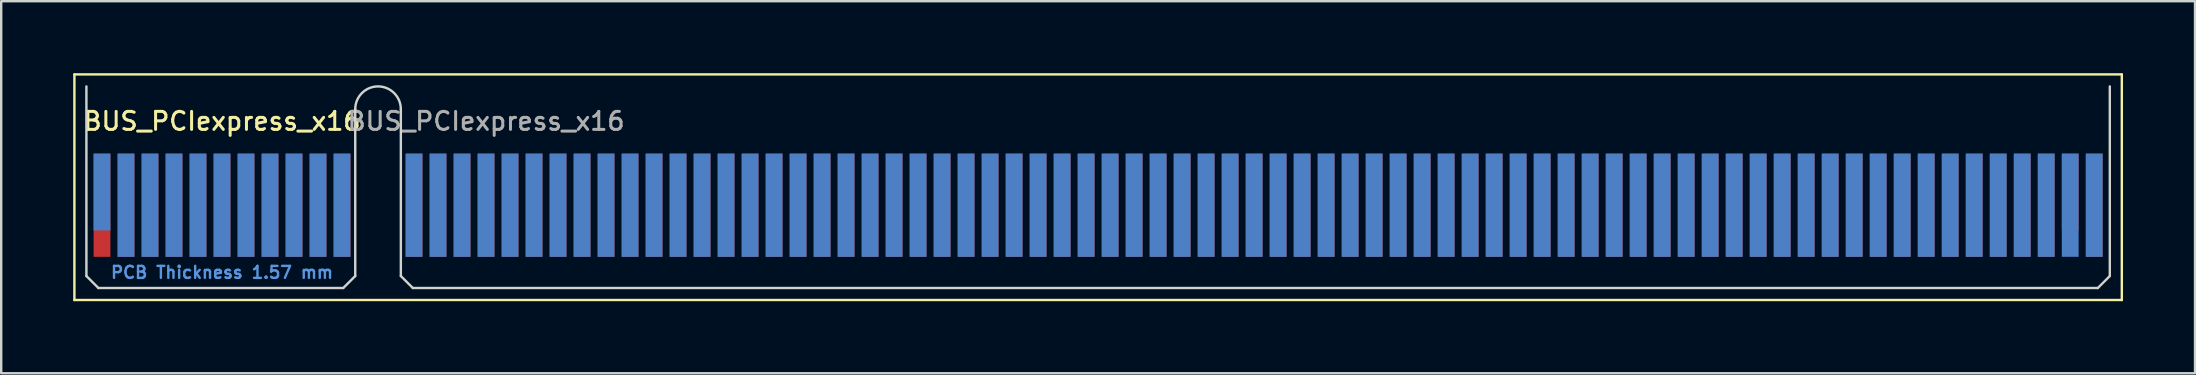
<source format=kicad_pcb>
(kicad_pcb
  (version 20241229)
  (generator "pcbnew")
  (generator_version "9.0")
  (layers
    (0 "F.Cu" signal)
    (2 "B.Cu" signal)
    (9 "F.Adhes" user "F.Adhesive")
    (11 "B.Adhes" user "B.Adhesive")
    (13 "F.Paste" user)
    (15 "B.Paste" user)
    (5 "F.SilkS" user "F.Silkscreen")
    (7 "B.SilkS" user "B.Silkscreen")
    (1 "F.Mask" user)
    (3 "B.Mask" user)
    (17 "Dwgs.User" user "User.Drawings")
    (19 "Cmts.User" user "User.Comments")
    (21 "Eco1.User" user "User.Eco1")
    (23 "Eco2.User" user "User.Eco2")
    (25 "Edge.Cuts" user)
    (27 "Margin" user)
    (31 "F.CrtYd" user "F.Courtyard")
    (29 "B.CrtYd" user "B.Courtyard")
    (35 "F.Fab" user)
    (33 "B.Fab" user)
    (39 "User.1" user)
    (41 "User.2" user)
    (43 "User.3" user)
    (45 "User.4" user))
  (footprint "BUS_PCIexpress_x16"
    (layer "F.Cu")
    (at 1.2 5.5)
    (property "Reference" "BUS_PCIexpress_x16" (at 5 -3.5 0) (layer "F.SilkS") (effects (font (size 0.75 0.75) (thickness 0.125))))
    (attr exclude_from_pos_files exclude_from_bom)
    (fp_line (start -1.15 -5.45) (end -1.15 3.95) (stroke (width 0.1) (type solid)) (layer "F.SilkS"))
    (fp_line (start -1.15 -5.45) (end 84.15 -5.45) (stroke (width 0.1) (type solid)) (layer "F.SilkS"))
    (fp_line (start 84.15 3.95) (end -1.15 3.95) (stroke (width 0.1) (type solid)) (layer "F.SilkS"))
    (fp_line (start 84.15 3.95) (end 84.15 -5.45) (stroke (width 0.1) (type solid)) (layer "F.SilkS"))
    (fp_line (start -0.65 -4.95) (end -0.65 2.95) (stroke (width 0.1) (type solid)) (layer "Edge.Cuts"))
    (fp_line (start -0.65 2.95) (end -0.15 3.45) (stroke (width 0.1) (type solid)) (layer "Edge.Cuts"))
    (fp_line (start -0.15 3.45) (end 10.05 3.45) (stroke (width 0.1) (type solid)) (layer "Edge.Cuts"))
    (fp_line (start 10.55 -4) (end 10.55 2.95) (stroke (width 0.1) (type solid)) (layer "Edge.Cuts"))
    (fp_line (start 10.55 2.95) (end 10.05 3.45) (stroke (width 0.1) (type solid)) (layer "Edge.Cuts"))
    (fp_line (start 12.45 -4) (end 12.45 2.95) (stroke (width 0.1) (type solid)) (layer "Edge.Cuts"))
    (fp_line (start 12.45 2.95) (end 12.95 3.45) (stroke (width 0.1) (type solid)) (layer "Edge.Cuts"))
    (fp_line (start 12.95 3.45) (end 83.15 3.45) (stroke (width 0.1) (type solid)) (layer "Edge.Cuts"))
    (fp_line (start 83.65 -4.95) (end 83.65 2.95) (stroke (width 0.1) (type solid)) (layer "Edge.Cuts"))
    (fp_line (start 83.65 2.95) (end 83.15 3.45) (stroke (width 0.1) (type solid)) (layer "Edge.Cuts"))
    (fp_arc (start 10.55 -4) (mid 11.5 -4.95) (end 12.45 -4) (stroke (width 0.1) (type solid)) (layer "Edge.Cuts"))
    (fp_text user "PCB Thickness 1.57 mm" (at 5 2.8 180) (layer "Cmts.User") (effects (font (size 0.5 0.5) (thickness 0.1))))
    (fp_text user "${REFERENCE}" (at 16 -3.5 0) (layer "F.Fab") (effects (font (size 0.75 0.75) (thickness 0.125))))
    (pad "A1" connect rect (at 0 -0.55) (size 0.7 3.2) (layers "B.Cu" "B.Mask"))
    (pad "A2" connect rect (at 1 0) (size 0.7 4.3) (layers "B.Cu" "B.Mask"))
    (pad "A3" connect rect (at 2 0) (size 0.7 4.3) (layers "B.Cu" "B.Mask"))
    (pad "A4" connect rect (at 3 0) (size 0.7 4.3) (layers "B.Cu" "B.Mask"))
    (pad "A5" connect rect (at 4 0) (size 0.7 4.3) (layers "B.Cu" "B.Mask"))
    (pad "A6" connect rect (at 5 0) (size 0.7 4.3) (layers "B.Cu" "B.Mask"))
    (pad "A7" connect rect (at 6 0) (size 0.7 4.3) (layers "B.Cu" "B.Mask"))
    (pad "A8" connect rect (at 7 0) (size 0.7 4.3) (layers "B.Cu" "B.Mask"))
    (pad "A9" connect rect (at 8 0) (size 0.7 4.3) (layers "B.Cu" "B.Mask"))
    (pad "A10" connect rect (at 9 0) (size 0.7 4.3) (layers "B.Cu" "B.Mask"))
    (pad "A11" connect rect (at 10 0) (size 0.7 4.3) (layers "B.Cu" "B.Mask"))
    (pad "A12" connect rect (at 13 0) (size 0.7 4.3) (layers "B.Cu" "B.Mask"))
    (pad "A13" connect rect (at 14 0) (size 0.7 4.3) (layers "B.Cu" "B.Mask"))
    (pad "A14" connect rect (at 15 0) (size 0.7 4.3) (layers "B.Cu" "B.Mask"))
    (pad "A15" connect rect (at 16 0) (size 0.7 4.3) (layers "B.Cu" "B.Mask"))
    (pad "A16" connect rect (at 17 0) (size 0.7 4.3) (layers "B.Cu" "B.Mask"))
    (pad "A17" connect rect (at 18 0) (size 0.7 4.3) (layers "B.Cu" "B.Mask"))
    (pad "A18" connect rect (at 19 0) (size 0.7 4.3) (layers "B.Cu" "B.Mask"))
    (pad "A19" connect rect (at 20 0) (size 0.7 4.3) (layers "B.Cu" "B.Mask"))
    (pad "A20" connect rect (at 21 0) (size 0.7 4.3) (layers "B.Cu" "B.Mask"))
    (pad "A21" connect rect (at 22 0) (size 0.7 4.3) (layers "B.Cu" "B.Mask"))
    (pad "A22" connect rect (at 23 0) (size 0.7 4.3) (layers "B.Cu" "B.Mask"))
    (pad "A23" connect rect (at 24 0) (size 0.7 4.3) (layers "B.Cu" "B.Mask"))
    (pad "A24" connect rect (at 25 0) (size 0.7 4.3) (layers "B.Cu" "B.Mask"))
    (pad "A25" connect rect (at 26 0) (size 0.7 4.3) (layers "B.Cu" "B.Mask"))
    (pad "A26" connect rect (at 27 0) (size 0.7 4.3) (layers "B.Cu" "B.Mask"))
    (pad "A27" connect rect (at 28 0) (size 0.7 4.3) (layers "B.Cu" "B.Mask"))
    (pad "A28" connect rect (at 29 0) (size 0.7 4.3) (layers "B.Cu" "B.Mask"))
    (pad "A29" connect rect (at 30 0) (size 0.7 4.3) (layers "B.Cu" "B.Mask"))
    (pad "A30" connect rect (at 31 0) (size 0.7 4.3) (layers "B.Cu" "B.Mask"))
    (pad "A31" connect rect (at 32 0) (size 0.7 4.3) (layers "B.Cu" "B.Mask"))
    (pad "A32" connect rect (at 33 0) (size 0.7 4.3) (layers "B.Cu" "B.Mask"))
    (pad "A33" connect rect (at 34 0) (size 0.7 4.3) (layers "B.Cu" "B.Mask"))
    (pad "A34" connect rect (at 35 0) (size 0.7 4.3) (layers "B.Cu" "B.Mask"))
    (pad "A35" connect rect (at 36 0) (size 0.7 4.3) (layers "B.Cu" "B.Mask"))
    (pad "A36" connect rect (at 37 0) (size 0.7 4.3) (layers "B.Cu" "B.Mask"))
    (pad "A37" connect rect (at 38 0) (size 0.7 4.3) (layers "B.Cu" "B.Mask"))
    (pad "A38" connect rect (at 39 0) (size 0.7 4.3) (layers "B.Cu" "B.Mask"))
    (pad "A39" connect rect (at 40 0) (size 0.7 4.3) (layers "B.Cu" "B.Mask"))
    (pad "A40" connect rect (at 41 0) (size 0.7 4.3) (layers "B.Cu" "B.Mask"))
    (pad "A41" connect rect (at 42 0) (size 0.7 4.3) (layers "B.Cu" "B.Mask"))
    (pad "A42" connect rect (at 43 0) (size 0.7 4.3) (layers "B.Cu" "B.Mask"))
    (pad "A43" connect rect (at 44 0) (size 0.7 4.3) (layers "B.Cu" "B.Mask"))
    (pad "A44" connect rect (at 45 0) (size 0.7 4.3) (layers "B.Cu" "B.Mask"))
    (pad "A45" connect rect (at 46 0) (size 0.7 4.3) (layers "B.Cu" "B.Mask"))
    (pad "A46" connect rect (at 47 0) (size 0.7 4.3) (layers "B.Cu" "B.Mask"))
    (pad "A47" connect rect (at 48 0) (size 0.7 4.3) (layers "B.Cu" "B.Mask"))
    (pad "A48" connect rect (at 49 0) (size 0.7 4.3) (layers "B.Cu" "B.Mask"))
    (pad "A49" connect rect (at 50 0) (size 0.7 4.3) (layers "B.Cu" "B.Mask"))
    (pad "A50" connect rect (at 51 0) (size 0.7 4.3) (layers "B.Cu" "B.Mask"))
    (pad "A51" connect rect (at 52 0) (size 0.7 4.3) (layers "B.Cu" "B.Mask"))
    (pad "A52" connect rect (at 53 0) (size 0.7 4.3) (layers "B.Cu" "B.Mask"))
    (pad "A53" connect rect (at 54 0) (size 0.7 4.3) (layers "B.Cu" "B.Mask"))
    (pad "A54" connect rect (at 55 0) (size 0.7 4.3) (layers "B.Cu" "B.Mask"))
    (pad "A55" connect rect (at 56 0) (size 0.7 4.3) (layers "B.Cu" "B.Mask"))
    (pad "A56" connect rect (at 57 0) (size 0.7 4.3) (layers "B.Cu" "B.Mask"))
    (pad "A57" connect rect (at 58 0) (size 0.7 4.3) (layers "B.Cu" "B.Mask"))
    (pad "A58" connect rect (at 59 0) (size 0.7 4.3) (layers "B.Cu" "B.Mask"))
    (pad "A59" connect rect (at 60 0) (size 0.7 4.3) (layers "B.Cu" "B.Mask"))
    (pad "A60" connect rect (at 61 0) (size 0.7 4.3) (layers "B.Cu" "B.Mask"))
    (pad "A61" connect rect (at 62 0) (size 0.7 4.3) (layers "B.Cu" "B.Mask"))
    (pad "A62" connect rect (at 63 0) (size 0.7 4.3) (layers "B.Cu" "B.Mask"))
    (pad "A63" connect rect (at 64 0) (size 0.7 4.3) (layers "B.Cu" "B.Mask"))
    (pad "A64" connect rect (at 65 0) (size 0.7 4.3) (layers "B.Cu" "B.Mask"))
    (pad "A65" connect rect (at 66 0) (size 0.7 4.3) (layers "B.Cu" "B.Mask"))
    (pad "A66" connect rect (at 67 0) (size 0.7 4.3) (layers "B.Cu" "B.Mask"))
    (pad "A67" connect rect (at 68 0) (size 0.7 4.3) (layers "B.Cu" "B.Mask"))
    (pad "A68" connect rect (at 69 0) (size 0.7 4.3) (layers "B.Cu" "B.Mask"))
    (pad "A69" connect rect (at 70 0) (size 0.7 4.3) (layers "B.Cu" "B.Mask"))
    (pad "A70" connect rect (at 71 0) (size 0.7 4.3) (layers "B.Cu" "B.Mask"))
    (pad "A71" connect rect (at 72 0) (size 0.7 4.3) (layers "B.Cu" "B.Mask"))
    (pad "A72" connect rect (at 73 0) (size 0.7 4.3) (layers "B.Cu" "B.Mask"))
    (pad "A73" connect rect (at 74 0) (size 0.7 4.3) (layers "B.Cu" "B.Mask"))
    (pad "A74" connect rect (at 75 0) (size 0.7 4.3) (layers "B.Cu" "B.Mask"))
    (pad "A75" connect rect (at 76 0) (size 0.7 4.3) (layers "B.Cu" "B.Mask"))
    (pad "A76" connect rect (at 77 0) (size 0.7 4.3) (layers "B.Cu" "B.Mask"))
    (pad "A77" connect rect (at 78 0) (size 0.7 4.3) (layers "B.Cu" "B.Mask"))
    (pad "A78" connect rect (at 79 0) (size 0.7 4.3) (layers "B.Cu" "B.Mask"))
    (pad "A79" connect rect (at 80 0) (size 0.7 4.3) (layers "B.Cu" "B.Mask"))
    (pad "A80" connect rect (at 81 0) (size 0.7 4.3) (layers "B.Cu" "B.Mask"))
    (pad "A81" connect rect (at 82 0) (size 0.7 4.3) (layers "B.Cu" "B.Mask"))
    (pad "A82" connect rect (at 83 0) (size 0.7 4.3) (layers "B.Cu" "B.Mask"))
    (pad "B1" connect rect (at 0 0) (size 0.7 4.3) (layers "F.Cu" "F.Mask"))
    (pad "B2" connect rect (at 1 0) (size 0.7 4.3) (layers "F.Cu" "F.Mask"))
    (pad "B3" connect rect (at 2 0) (size 0.7 4.3) (layers "F.Cu" "F.Mask"))
    (pad "B4" connect rect (at 3 0) (size 0.7 4.3) (layers "F.Cu" "F.Mask"))
    (pad "B5" connect rect (at 4 0) (size 0.7 4.3) (layers "F.Cu" "F.Mask"))
    (pad "B6" connect rect (at 5 0) (size 0.7 4.3) (layers "F.Cu" "F.Mask"))
    (pad "B7" connect rect (at 6 0) (size 0.7 4.3) (layers "F.Cu" "F.Mask"))
    (pad "B8" connect rect (at 7 0) (size 0.7 4.3) (layers "F.Cu" "F.Mask"))
    (pad "B9" connect rect (at 8 0) (size 0.7 4.3) (layers "F.Cu" "F.Mask"))
    (pad "B10" connect rect (at 9 0) (size 0.7 4.3) (layers "F.Cu" "F.Mask"))
    (pad "B11" connect rect (at 10 0) (size 0.7 4.3) (layers "F.Cu" "F.Mask"))
    (pad "B12" connect rect (at 13 0) (size 0.7 4.3) (layers "F.Cu" "F.Mask"))
    (pad "B13" connect rect (at 14 0) (size 0.7 4.3) (layers "F.Cu" "F.Mask"))
    (pad "B14" connect rect (at 15 0) (size 0.7 4.3) (layers "F.Cu" "F.Mask"))
    (pad "B15" connect rect (at 16 0) (size 0.7 4.3) (layers "F.Cu" "F.Mask"))
    (pad "B16" connect rect (at 17 0) (size 0.7 4.3) (layers "F.Cu" "F.Mask"))
    (pad "B17" connect rect (at 18 0) (size 0.7 4.3) (layers "F.Cu" "F.Mask"))
    (pad "B18" connect rect (at 19 0) (size 0.7 4.3) (layers "F.Cu" "F.Mask"))
    (pad "B19" connect rect (at 20 0) (size 0.7 4.3) (layers "F.Cu" "F.Mask"))
    (pad "B20" connect rect (at 21 0) (size 0.7 4.3) (layers "F.Cu" "F.Mask"))
    (pad "B21" connect rect (at 22 0) (size 0.7 4.3) (layers "F.Cu" "F.Mask"))
    (pad "B22" connect rect (at 23 0) (size 0.7 4.3) (layers "F.Cu" "F.Mask"))
    (pad "B23" connect rect (at 24 0) (size 0.7 4.3) (layers "F.Cu" "F.Mask"))
    (pad "B24" connect rect (at 25 0) (size 0.7 4.3) (layers "F.Cu" "F.Mask"))
    (pad "B25" connect rect (at 26 0) (size 0.7 4.3) (layers "F.Cu" "F.Mask"))
    (pad "B26" connect rect (at 27 0) (size 0.7 4.3) (layers "F.Cu" "F.Mask"))
    (pad "B27" connect rect (at 28 0) (size 0.7 4.3) (layers "F.Cu" "F.Mask"))
    (pad "B28" connect rect (at 29 0) (size 0.7 4.3) (layers "F.Cu" "F.Mask"))
    (pad "B29" connect rect (at 30 0) (size 0.7 4.3) (layers "F.Cu" "F.Mask"))
    (pad "B30" connect rect (at 31 0) (size 0.7 4.3) (layers "F.Cu" "F.Mask"))
    (pad "B31" connect rect (at 32 0) (size 0.7 4.3) (layers "F.Cu" "F.Mask"))
    (pad "B32" connect rect (at 33 0) (size 0.7 4.3) (layers "F.Cu" "F.Mask"))
    (pad "B33" connect rect (at 34 0) (size 0.7 4.3) (layers "F.Cu" "F.Mask"))
    (pad "B34" connect rect (at 35 0) (size 0.7 4.3) (layers "F.Cu" "F.Mask"))
    (pad "B35" connect rect (at 36 0) (size 0.7 4.3) (layers "F.Cu" "F.Mask"))
    (pad "B36" connect rect (at 37 0) (size 0.7 4.3) (layers "F.Cu" "F.Mask"))
    (pad "B37" connect rect (at 38 0) (size 0.7 4.3) (layers "F.Cu" "F.Mask"))
    (pad "B38" connect rect (at 39 0) (size 0.7 4.3) (layers "F.Cu" "F.Mask"))
    (pad "B39" connect rect (at 40 0) (size 0.7 4.3) (layers "F.Cu" "F.Mask"))
    (pad "B40" connect rect (at 41 0) (size 0.7 4.3) (layers "F.Cu" "F.Mask"))
    (pad "B41" connect rect (at 42 0) (size 0.7 4.3) (layers "F.Cu" "F.Mask"))
    (pad "B42" connect rect (at 43 0) (size 0.7 4.3) (layers "F.Cu" "F.Mask"))
    (pad "B43" connect rect (at 44 0) (size 0.7 4.3) (layers "F.Cu" "F.Mask"))
    (pad "B44" connect rect (at 45 0) (size 0.7 4.3) (layers "F.Cu" "F.Mask"))
    (pad "B45" connect rect (at 46 0) (size 0.7 4.3) (layers "F.Cu" "F.Mask"))
    (pad "B46" connect rect (at 47 0) (size 0.7 4.3) (layers "F.Cu" "F.Mask"))
    (pad "B47" connect rect (at 48 0) (size 0.7 4.3) (layers "F.Cu" "F.Mask"))
    (pad "B48" connect rect (at 49 0) (size 0.7 4.3) (layers "F.Cu" "F.Mask"))
    (pad "B49" connect rect (at 50 0) (size 0.7 4.3) (layers "F.Cu" "F.Mask"))
    (pad "B50" connect rect (at 51 0) (size 0.7 4.3) (layers "F.Cu" "F.Mask"))
    (pad "B51" connect rect (at 52 0) (size 0.7 4.3) (layers "F.Cu" "F.Mask"))
    (pad "B52" connect rect (at 53 0) (size 0.7 4.3) (layers "F.Cu" "F.Mask"))
    (pad "B53" connect rect (at 54 0) (size 0.7 4.3) (layers "F.Cu" "F.Mask"))
    (pad "B54" connect rect (at 55 0) (size 0.7 4.3) (layers "F.Cu" "F.Mask"))
    (pad "B55" connect rect (at 56 0) (size 0.7 4.3) (layers "F.Cu" "F.Mask"))
    (pad "B56" connect rect (at 57 0) (size 0.7 4.3) (layers "F.Cu" "F.Mask"))
    (pad "B57" connect rect (at 58 0) (size 0.7 4.3) (layers "F.Cu" "F.Mask"))
    (pad "B58" connect rect (at 59 0) (size 0.7 4.3) (layers "F.Cu" "F.Mask"))
    (pad "B59" connect rect (at 60 0) (size 0.7 4.3) (layers "F.Cu" "F.Mask"))
    (pad "B60" connect rect (at 61 0) (size 0.7 4.3) (layers "F.Cu" "F.Mask"))
    (pad "B61" connect rect (at 62 0) (size 0.7 4.3) (layers "F.Cu" "F.Mask"))
    (pad "B62" connect rect (at 63 0) (size 0.7 4.3) (layers "F.Cu" "F.Mask"))
    (pad "B63" connect rect (at 64 0) (size 0.7 4.3) (layers "F.Cu" "F.Mask"))
    (pad "B64" connect rect (at 65 0) (size 0.7 4.3) (layers "F.Cu" "F.Mask"))
    (pad "B65" connect rect (at 66 0) (size 0.7 4.3) (layers "F.Cu" "F.Mask"))
    (pad "B66" connect rect (at 67 0) (size 0.7 4.3) (layers "F.Cu" "F.Mask"))
    (pad "B67" connect rect (at 68 0) (size 0.7 4.3) (layers "F.Cu" "F.Mask"))
    (pad "B68" connect rect (at 69 0) (size 0.7 4.3) (layers "F.Cu" "F.Mask"))
    (pad "B69" connect rect (at 70 0) (size 0.7 4.3) (layers "F.Cu" "F.Mask"))
    (pad "B70" connect rect (at 71 0) (size 0.7 4.3) (layers "F.Cu" "F.Mask"))
    (pad "B71" connect rect (at 72 0) (size 0.7 4.3) (layers "F.Cu" "F.Mask"))
    (pad "B72" connect rect (at 73 0) (size 0.7 4.3) (layers "F.Cu" "F.Mask"))
    (pad "B73" connect rect (at 74 0) (size 0.7 4.3) (layers "F.Cu" "F.Mask"))
    (pad "B74" connect rect (at 75 0) (size 0.7 4.3) (layers "F.Cu" "F.Mask"))
    (pad "B75" connect rect (at 76 0) (size 0.7 4.3) (layers "F.Cu" "F.Mask"))
    (pad "B76" connect rect (at 77 0) (size 0.7 4.3) (layers "F.Cu" "F.Mask"))
    (pad "B77" connect rect (at 78 0) (size 0.7 4.3) (layers "F.Cu" "F.Mask"))
    (pad "B78" connect rect (at 79 0) (size 0.7 4.3) (layers "F.Cu" "F.Mask"))
    (pad "B79" connect rect (at 80 0) (size 0.7 4.3) (layers "F.Cu" "F.Mask"))
    (pad "B80" connect rect (at 81 0) (size 0.7 4.3) (layers "F.Cu" "F.Mask"))
    (pad "B81" connect rect (at 82 -0.55) (size 0.7 3.2) (layers "F.Cu" "F.Mask"))
    (pad "B82" connect rect (at 83 0) (size 0.7 4.3) (layers "F.Cu" "F.Mask")))
  (gr_rect
    (start -3 -3)
    (end 88.4 12.5)
    (stroke (width 0.1) (type default))
    (fill no)
    (layer "Edge.Cuts")))
</source>
